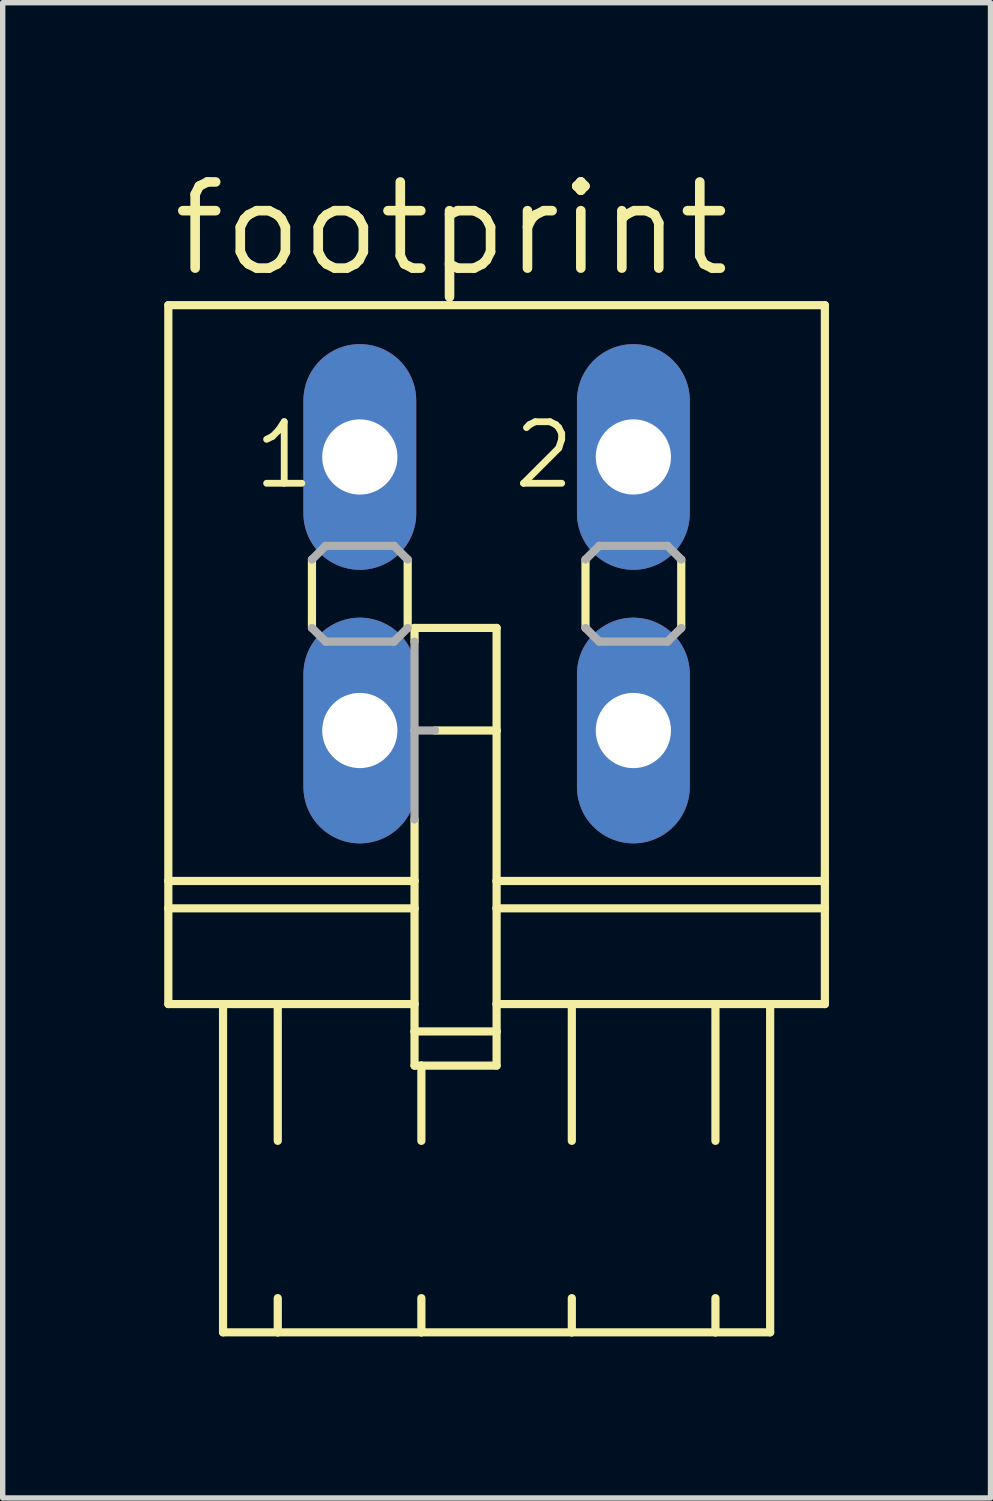
<source format=kicad_pcb>
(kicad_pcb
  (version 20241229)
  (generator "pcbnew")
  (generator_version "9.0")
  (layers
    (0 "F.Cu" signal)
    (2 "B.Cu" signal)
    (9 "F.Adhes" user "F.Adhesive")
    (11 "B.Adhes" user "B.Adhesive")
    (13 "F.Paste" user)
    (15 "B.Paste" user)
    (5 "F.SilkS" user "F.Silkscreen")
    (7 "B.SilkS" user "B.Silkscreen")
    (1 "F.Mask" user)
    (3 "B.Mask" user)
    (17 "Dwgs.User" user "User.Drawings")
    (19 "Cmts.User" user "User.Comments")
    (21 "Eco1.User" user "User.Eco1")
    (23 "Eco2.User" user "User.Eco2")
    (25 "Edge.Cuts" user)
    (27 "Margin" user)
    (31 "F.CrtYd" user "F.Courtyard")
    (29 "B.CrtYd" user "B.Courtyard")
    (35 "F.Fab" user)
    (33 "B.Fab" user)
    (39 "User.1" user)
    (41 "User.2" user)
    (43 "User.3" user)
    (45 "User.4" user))
  (footprint "footprint"
    (layer "F.Cu")
    (at 6.172 7.976)
    (property "Reference" "footprint" (at -6.096 -5.842 0) (layer "F.SilkS") (effects (font (size 1.6 1.6) (thickness 0.178)) (justify left bottom)))
    (fp_line (start -6.096 -5.359) (end -6.096 5.334) (stroke (width 0.152) (type solid)) (layer "F.SilkS"))
    (fp_line (start -6.096 -5.359) (end 6.096 -5.359) (stroke (width 0.152) (type solid)) (layer "F.SilkS"))
    (fp_line (start -6.096 5.334) (end -6.096 5.842) (stroke (width 0.152) (type solid)) (layer "F.SilkS"))
    (fp_line (start -6.096 5.334) (end -1.524 5.334) (stroke (width 0.152) (type solid)) (layer "F.SilkS"))
    (fp_line (start -6.096 5.842) (end -6.096 7.62) (stroke (width 0.152) (type solid)) (layer "F.SilkS"))
    (fp_line (start -6.096 5.842) (end -1.524 5.842) (stroke (width 0.152) (type solid)) (layer "F.SilkS"))
    (fp_line (start -6.096 7.62) (end -5.08 7.62) (stroke (width 0.152) (type solid)) (layer "F.SilkS"))
    (fp_line (start -5.08 7.62) (end -5.08 13.716) (stroke (width 0.152) (type solid)) (layer "F.SilkS"))
    (fp_line (start -5.08 7.62) (end -4.064 7.62) (stroke (width 0.152) (type solid)) (layer "F.SilkS"))
    (fp_line (start -5.08 13.716) (end -4.064 13.716) (stroke (width 0.152) (type solid)) (layer "F.SilkS"))
    (fp_line (start -4.064 7.62) (end -4.064 10.16) (stroke (width 0.152) (type solid)) (layer "F.SilkS"))
    (fp_line (start -4.064 7.62) (end -1.524 7.62) (stroke (width 0.152) (type solid)) (layer "F.SilkS"))
    (fp_line (start -4.064 13.081) (end -4.064 13.716) (stroke (width 0.152) (type solid)) (layer "F.SilkS"))
    (fp_line (start -4.064 13.716) (end -1.397 13.716) (stroke (width 0.152) (type solid)) (layer "F.SilkS"))
    (fp_line (start -3.429 -0.635) (end -3.429 0.635) (stroke (width 0.152) (type solid)) (layer "F.SilkS"))
    (fp_line (start -1.651 -0.635) (end -1.651 0.635) (stroke (width 0.152) (type solid)) (layer "F.SilkS"))
    (fp_line (start -1.524 0.635) (end -1.524 0.889) (stroke (width 0.152) (type solid)) (layer "F.SilkS"))
    (fp_line (start -1.524 0.635) (end 0 0.635) (stroke (width 0.152) (type solid)) (layer "F.SilkS"))
    (fp_line (start -1.524 4.191) (end -1.524 5.334) (stroke (width 0.152) (type solid)) (layer "F.SilkS"))
    (fp_line (start -1.524 5.842) (end -1.524 5.334) (stroke (width 0.152) (type solid)) (layer "F.SilkS"))
    (fp_line (start -1.524 7.62) (end -1.524 5.842) (stroke (width 0.152) (type solid)) (layer "F.SilkS"))
    (fp_line (start -1.524 8.128) (end -1.524 7.62) (stroke (width 0.152) (type solid)) (layer "F.SilkS"))
    (fp_line (start -1.524 8.128) (end 0 8.128) (stroke (width 0.152) (type solid)) (layer "F.SilkS"))
    (fp_line (start -1.524 8.763) (end -1.524 8.128) (stroke (width 0.152) (type solid)) (layer "F.SilkS"))
    (fp_line (start -1.397 8.763) (end -1.524 8.763) (stroke (width 0.152) (type solid)) (layer "F.SilkS"))
    (fp_line (start -1.397 8.763) (end -1.397 10.16) (stroke (width 0.152) (type solid)) (layer "F.SilkS"))
    (fp_line (start -1.397 13.081) (end -1.397 13.716) (stroke (width 0.152) (type solid)) (layer "F.SilkS"))
    (fp_line (start -1.397 13.716) (end 1.397 13.716) (stroke (width 0.152) (type solid)) (layer "F.SilkS"))
    (fp_line (start 0 0.635) (end 0 2.54) (stroke (width 0.152) (type solid)) (layer "F.SilkS"))
    (fp_line (start 0 2.54) (end -1.143 2.54) (stroke (width 0.152) (type solid)) (layer "F.SilkS"))
    (fp_line (start 0 2.54) (end 0 5.334) (stroke (width 0.152) (type solid)) (layer "F.SilkS"))
    (fp_line (start 0 5.334) (end 0 5.842) (stroke (width 0.152) (type solid)) (layer "F.SilkS"))
    (fp_line (start 0 5.334) (end 6.096 5.334) (stroke (width 0.152) (type solid)) (layer "F.SilkS"))
    (fp_line (start 0 5.842) (end 0 7.62) (stroke (width 0.152) (type solid)) (layer "F.SilkS"))
    (fp_line (start 0 5.842) (end 6.096 5.842) (stroke (width 0.152) (type solid)) (layer "F.SilkS"))
    (fp_line (start 0 7.62) (end 0 8.128) (stroke (width 0.152) (type solid)) (layer "F.SilkS"))
    (fp_line (start 0 7.62) (end 1.397 7.62) (stroke (width 0.152) (type solid)) (layer "F.SilkS"))
    (fp_line (start 0 8.128) (end 0 8.763) (stroke (width 0.152) (type solid)) (layer "F.SilkS"))
    (fp_line (start 0 8.763) (end -1.397 8.763) (stroke (width 0.152) (type solid)) (layer "F.SilkS"))
    (fp_line (start 1.397 7.62) (end 1.397 10.16) (stroke (width 0.152) (type solid)) (layer "F.SilkS"))
    (fp_line (start 1.397 7.62) (end 4.064 7.62) (stroke (width 0.152) (type solid)) (layer "F.SilkS"))
    (fp_line (start 1.397 13.081) (end 1.397 13.716) (stroke (width 0.152) (type solid)) (layer "F.SilkS"))
    (fp_line (start 1.397 13.716) (end 4.064 13.716) (stroke (width 0.152) (type solid)) (layer "F.SilkS"))
    (fp_line (start 1.651 -0.635) (end 1.651 0.635) (stroke (width 0.152) (type solid)) (layer "F.SilkS"))
    (fp_line (start 3.429 -0.635) (end 3.429 0.635) (stroke (width 0.152) (type solid)) (layer "F.SilkS"))
    (fp_line (start 4.064 7.62) (end 4.064 10.16) (stroke (width 0.152) (type solid)) (layer "F.SilkS"))
    (fp_line (start 4.064 7.62) (end 5.08 7.62) (stroke (width 0.152) (type solid)) (layer "F.SilkS"))
    (fp_line (start 4.064 13.081) (end 4.064 13.716) (stroke (width 0.152) (type solid)) (layer "F.SilkS"))
    (fp_line (start 4.064 13.716) (end 5.08 13.716) (stroke (width 0.152) (type solid)) (layer "F.SilkS"))
    (fp_line (start 5.08 7.62) (end 5.08 13.716) (stroke (width 0.152) (type solid)) (layer "F.SilkS"))
    (fp_line (start 5.08 7.62) (end 6.096 7.62) (stroke (width 0.152) (type solid)) (layer "F.SilkS"))
    (fp_line (start 6.096 -5.359) (end 6.096 5.334) (stroke (width 0.152) (type solid)) (layer "F.SilkS"))
    (fp_line (start 6.096 5.334) (end 6.096 5.842) (stroke (width 0.152) (type solid)) (layer "F.SilkS"))
    (fp_line (start 6.096 5.842) (end 6.096 7.62) (stroke (width 0.152) (type solid)) (layer "F.SilkS"))
    (fp_line (start -3.429 -0.635) (end -3.175 -0.889) (stroke (width 0.152) (type solid)) (layer "F.Fab"))
    (fp_line (start -3.175 -0.889) (end -1.905 -0.889) (stroke (width 0.152) (type solid)) (layer "F.Fab"))
    (fp_line (start -3.175 0.889) (end -3.429 0.635) (stroke (width 0.152) (type solid)) (layer "F.Fab"))
    (fp_line (start -1.905 -0.889) (end -1.651 -0.635) (stroke (width 0.152) (type solid)) (layer "F.Fab"))
    (fp_line (start -1.905 0.889) (end -3.175 0.889) (stroke (width 0.152) (type solid)) (layer "F.Fab"))
    (fp_line (start -1.651 0.635) (end -1.905 0.889) (stroke (width 0.152) (type solid)) (layer "F.Fab"))
    (fp_line (start -1.524 2.54) (end -1.524 0.889) (stroke (width 0.152) (type solid)) (layer "F.Fab"))
    (fp_line (start -1.524 2.54) (end -1.143 2.54) (stroke (width 0.152) (type solid)) (layer "F.Fab"))
    (fp_line (start -1.524 4.191) (end -1.524 2.54) (stroke (width 0.152) (type solid)) (layer "F.Fab"))
    (fp_line (start 1.651 -0.635) (end 1.905 -0.889) (stroke (width 0.152) (type solid)) (layer "F.Fab"))
    (fp_line (start 1.905 -0.889) (end 3.175 -0.889) (stroke (width 0.152) (type solid)) (layer "F.Fab"))
    (fp_line (start 1.905 0.889) (end 1.651 0.635) (stroke (width 0.152) (type solid)) (layer "F.Fab"))
    (fp_line (start 3.175 -0.889) (end 3.429 -0.635) (stroke (width 0.152) (type solid)) (layer "F.Fab"))
    (fp_line (start 3.175 0.889) (end 1.905 0.889) (stroke (width 0.152) (type solid)) (layer "F.Fab"))
    (fp_line (start 3.429 0.635) (end 3.175 0.889) (stroke (width 0.152) (type solid)) (layer "F.Fab"))
    (fp_text user "1" (at -4.572 -1.905 0) (layer "F.SilkS") (effects (font (size 1.143 1.143) (thickness 0.127)) (justify left bottom)))
    (fp_text user "2" (at 0.254 -1.905 0) (layer "F.SilkS") (effects (font (size 1.143 1.143) (thickness 0.127)) (justify left bottom)))
    (pad "1" thru_hole oval (at -2.54 -2.54 90) (size 4.191 2.095) (drill 1.397) (layers "*.Cu" "*.Mask"))
    (pad "1A" thru_hole oval (at -2.54 2.54 90) (size 4.191 2.095) (drill 1.397) (layers "*.Cu" "*.Mask"))
    (pad "2" thru_hole oval (at 2.54 -2.54 90) (size 4.191 2.095) (drill 1.397) (layers "*.Cu" "*.Mask"))
    (pad "2A" thru_hole oval (at 2.54 2.54 90) (size 4.191 2.095) (drill 1.397) (layers "*.Cu" "*.Mask")))
  (gr_rect
    (start -3 -3)
    (end 15.344 24.768)
    (stroke (width 0.1) (type default))
    (fill no)
    (layer "Edge.Cuts")))
</source>
